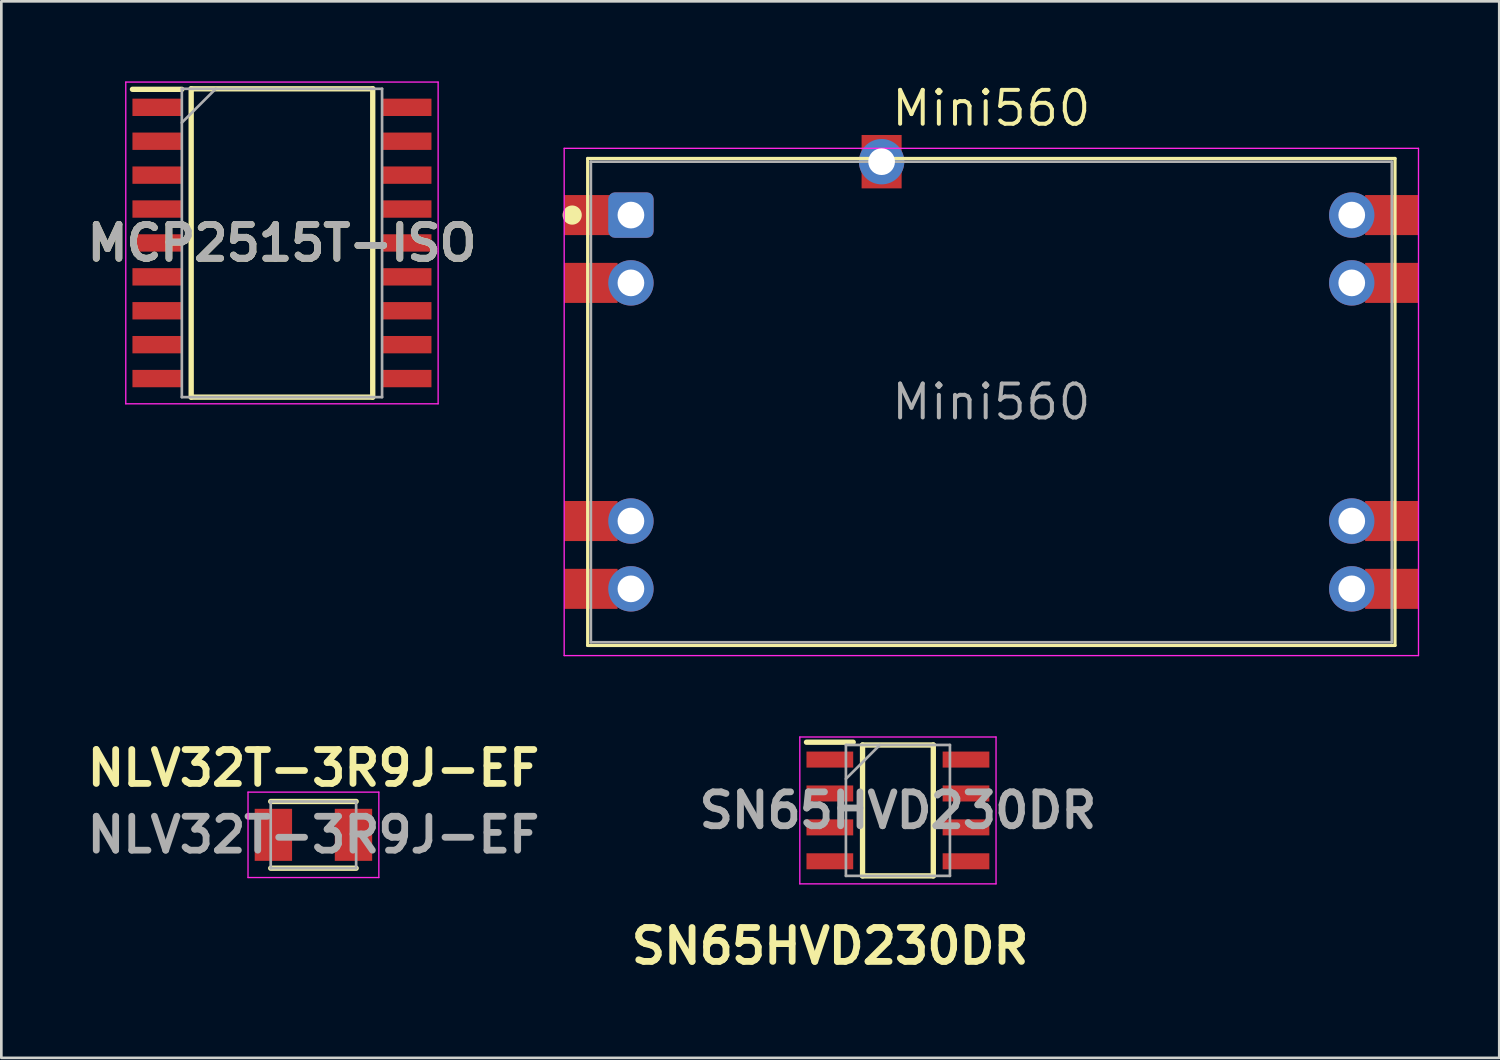
<source format=kicad_pcb>
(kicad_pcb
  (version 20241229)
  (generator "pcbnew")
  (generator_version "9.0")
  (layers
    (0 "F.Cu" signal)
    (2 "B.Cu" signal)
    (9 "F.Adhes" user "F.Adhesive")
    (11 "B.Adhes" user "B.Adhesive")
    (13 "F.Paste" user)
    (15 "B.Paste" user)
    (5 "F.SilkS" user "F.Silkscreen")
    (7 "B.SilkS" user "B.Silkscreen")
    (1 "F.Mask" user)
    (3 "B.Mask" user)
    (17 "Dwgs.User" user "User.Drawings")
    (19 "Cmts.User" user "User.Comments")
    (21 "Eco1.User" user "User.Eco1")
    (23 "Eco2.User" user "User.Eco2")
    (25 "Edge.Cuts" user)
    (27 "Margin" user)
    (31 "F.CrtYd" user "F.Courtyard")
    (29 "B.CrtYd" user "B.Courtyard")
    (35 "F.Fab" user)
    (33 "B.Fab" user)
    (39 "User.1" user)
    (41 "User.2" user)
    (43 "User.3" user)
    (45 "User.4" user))
  (footprint "Mini560"
    (layer "F.Cu")
    (at 34.082 12.006)
    (property "Reference" "Mini560" (at 0 -11 0) (layer "F.SilkS") (effects (font (size 1.27 1.27) (thickness 0.15))))
    (attr through_hole)
    (fp_line (start -15.12 -9.12) (end 15.12 -9.12) (stroke (width 0.12) (type solid)) (layer "F.SilkS"))
    (fp_line (start -15.12 9.12) (end -15.12 -9.12) (stroke (width 0.12) (type solid)) (layer "F.SilkS"))
    (fp_line (start 15.12 -9.12) (end 15.12 9.12) (stroke (width 0.12) (type solid)) (layer "F.SilkS"))
    (fp_line (start 15.12 9.12) (end -15.12 9.12) (stroke (width 0.12) (type solid)) (layer "F.SilkS"))
    (fp_circle (center -15.7 -7) (end -15.4 -7) (stroke (width 0.12) (type solid)) (fill yes) (layer "F.SilkS"))
    (fp_line (start -16 -9.5) (end 16 -9.5) (stroke (width 0.05) (type solid)) (layer "F.CrtYd"))
    (fp_line (start -16 9.5) (end -16 -9.5) (stroke (width 0.05) (type solid)) (layer "F.CrtYd"))
    (fp_line (start 16 -9.5) (end 16 9.5) (stroke (width 0.05) (type solid)) (layer "F.CrtYd"))
    (fp_line (start 16 9.5) (end -16 9.5) (stroke (width 0.05) (type solid)) (layer "F.CrtYd"))
    (fp_line (start -15 -9) (end 15 -9) (stroke (width 0.1) (type solid)) (layer "F.Fab"))
    (fp_line (start -15 9) (end -15 -9) (stroke (width 0.1) (type solid)) (layer "F.Fab"))
    (fp_line (start 15 -9) (end 15 9) (stroke (width 0.1) (type solid)) (layer "F.Fab"))
    (fp_line (start 15 9) (end -15 9) (stroke (width 0.1) (type solid)) (layer "F.Fab"))
    (fp_text user "${REFERENCE}" (at 0 0 0) (layer "F.Fab") (effects (font (size 1.27 1.27) (thickness 0.15))))
    (pad "1" smd rect (at -15 -7) (size 2 1.5) (layers "F.Cu" "F.Mask" "F.Paste"))
    (pad "1" thru_hole roundrect (at -13.5 -7) (size 1.7 1.7) (drill 1) (layers "*.Cu" "*.Mask") (roundrect_rratio 0.147))
    (pad "2" smd rect (at -15 -4.46) (size 2 1.5) (layers "F.Cu" "F.Mask" "F.Paste"))
    (pad "2" thru_hole oval (at -13.5 -4.46) (size 1.7 1.7) (drill 1) (layers "*.Cu" "*.Mask"))
    (pad "3" smd rect (at -15 4.46) (size 2 1.5) (layers "F.Cu" "F.Mask" "F.Paste"))
    (pad "3" thru_hole oval (at -13.5 4.46) (size 1.7 1.7) (drill 1) (layers "*.Cu" "*.Mask"))
    (pad "4" smd rect (at -15 7) (size 2 1.5) (layers "F.Cu" "F.Mask" "F.Paste"))
    (pad "4" thru_hole oval (at -13.5 7) (size 1.7 1.7) (drill 1) (layers "*.Cu" "*.Mask"))
    (pad "5" smd rect (at -4.11 -9) (size 1.5 2) (layers "F.Cu" "F.Mask" "F.Paste"))
    (pad "5" thru_hole oval (at -4.11 -9) (size 1.7 1.7) (drill 1) (layers "*.Cu" "*.Mask"))
    (pad "6" thru_hole oval (at 13.5 7) (size 1.7 1.7) (drill 1) (layers "*.Cu" "*.Mask"))
    (pad "6" smd rect (at 15 7) (size 2 1.5) (layers "F.Cu" "F.Mask" "F.Paste"))
    (pad "7" thru_hole oval (at 13.5 4.46) (size 1.7 1.7) (drill 1) (layers "*.Cu" "*.Mask"))
    (pad "7" smd rect (at 15 4.46) (size 2 1.5) (layers "F.Cu" "F.Mask" "F.Paste"))
    (pad "8" thru_hole oval (at 13.5 -4.46) (size 1.7 1.7) (drill 1) (layers "*.Cu" "*.Mask"))
    (pad "8" smd rect (at 15 -4.46) (size 2 1.5) (layers "F.Cu" "F.Mask" "F.Paste"))
    (pad "9" thru_hole oval (at 13.5 -7) (size 1.7 1.7) (drill 1) (layers "*.Cu" "*.Mask"))
    (pad "9" smd rect (at 15 -7) (size 2 1.5) (layers "F.Cu" "F.Mask" "F.Paste")))
  (footprint "SN65HVD230DR"
    (layer "F.Cu")
    (at 30.583 27.306)
    (property "Reference" "SN65HVD230DR" (at -2.54 5.08 0) (layer "F.SilkS") (effects (font (size 1.27 1.27) (thickness 0.254))))
    (attr smd)
    (fp_line (start -3.425 -2.555) (end -1.675 -2.555) (stroke (width 0.2) (type solid)) (layer "F.SilkS"))
    (fp_line (start -1.325 -2.452) (end 1.325 -2.452) (stroke (width 0.2) (type solid)) (layer "F.SilkS"))
    (fp_line (start -1.325 2.452) (end -1.325 -2.452) (stroke (width 0.2) (type solid)) (layer "F.SilkS"))
    (fp_line (start 1.325 -2.452) (end 1.325 2.452) (stroke (width 0.2) (type solid)) (layer "F.SilkS"))
    (fp_line (start 1.325 2.452) (end -1.325 2.452) (stroke (width 0.2) (type solid)) (layer "F.SilkS"))
    (fp_line (start -3.675 -2.75) (end 3.675 -2.75) (stroke (width 0.05) (type solid)) (layer "F.CrtYd"))
    (fp_line (start -3.675 2.75) (end -3.675 -2.75) (stroke (width 0.05) (type solid)) (layer "F.CrtYd"))
    (fp_line (start 3.675 -2.75) (end 3.675 2.75) (stroke (width 0.05) (type solid)) (layer "F.CrtYd"))
    (fp_line (start 3.675 2.75) (end -3.675 2.75) (stroke (width 0.05) (type solid)) (layer "F.CrtYd"))
    (fp_line (start -1.948 -2.452) (end 1.948 -2.452) (stroke (width 0.1) (type solid)) (layer "F.Fab"))
    (fp_line (start -1.948 -1.182) (end -0.678 -2.452) (stroke (width 0.1) (type solid)) (layer "F.Fab"))
    (fp_line (start -1.948 2.452) (end -1.948 -2.452) (stroke (width 0.1) (type solid)) (layer "F.Fab"))
    (fp_line (start 1.948 -2.452) (end 1.948 2.452) (stroke (width 0.1) (type solid)) (layer "F.Fab"))
    (fp_line (start 1.948 2.452) (end -1.948 2.452) (stroke (width 0.1) (type solid)) (layer "F.Fab"))
    (fp_text user "${REFERENCE}" (at 0 0 0) (layer "F.Fab") (effects (font (size 1.27 1.27) (thickness 0.254))))
    (pad "1" smd rect (at -2.55 -1.905 90) (size 0.6 1.75) (layers "F.Cu" "F.Mask" "F.Paste"))
    (pad "2" smd rect (at -2.55 -0.635 90) (size 0.6 1.75) (layers "F.Cu" "F.Mask" "F.Paste"))
    (pad "3" smd rect (at -2.55 0.635 90) (size 0.6 1.75) (layers "F.Cu" "F.Mask" "F.Paste"))
    (pad "4" smd rect (at -2.55 1.905 90) (size 0.6 1.75) (layers "F.Cu" "F.Mask" "F.Paste"))
    (pad "5" smd rect (at 2.55 1.905 90) (size 0.6 1.75) (layers "F.Cu" "F.Mask" "F.Paste"))
    (pad "6" smd rect (at 2.55 0.635 90) (size 0.6 1.75) (layers "F.Cu" "F.Mask" "F.Paste"))
    (pad "7" smd rect (at 2.55 -0.635 90) (size 0.6 1.75) (layers "F.Cu" "F.Mask" "F.Paste"))
    (pad "8" smd rect (at 2.55 -1.905 90) (size 0.6 1.75) (layers "F.Cu" "F.Mask" "F.Paste")))
  (footprint "MCP2515T-ISO"
    (layer "F.Cu")
    (at 7.511 6.05)
    (property "Reference" "MCP2515T-ISO" (at 0 0 0) (layer "F.SilkS") (effects (font (size 1.27 1.27) (thickness 0.254))))
    (attr smd)
    (fp_line (start -5.6 -5.755) (end -3.75 -5.755) (stroke (width 0.2) (type solid)) (layer "F.SilkS"))
    (fp_line (start -3.4 -5.775) (end 3.4 -5.775) (stroke (width 0.2) (type solid)) (layer "F.SilkS"))
    (fp_line (start -3.4 5.775) (end -3.4 -5.775) (stroke (width 0.2) (type solid)) (layer "F.SilkS"))
    (fp_line (start 3.4 -5.775) (end 3.4 5.775) (stroke (width 0.2) (type solid)) (layer "F.SilkS"))
    (fp_line (start 3.4 5.775) (end -3.4 5.775) (stroke (width 0.2) (type solid)) (layer "F.SilkS"))
    (fp_line (start -5.85 -6.025) (end 5.85 -6.025) (stroke (width 0.05) (type solid)) (layer "F.CrtYd"))
    (fp_line (start -5.85 6.025) (end -5.85 -6.025) (stroke (width 0.05) (type solid)) (layer "F.CrtYd"))
    (fp_line (start 5.85 -6.025) (end 5.85 6.025) (stroke (width 0.05) (type solid)) (layer "F.CrtYd"))
    (fp_line (start 5.85 6.025) (end -5.85 6.025) (stroke (width 0.05) (type solid)) (layer "F.CrtYd"))
    (fp_line (start -3.75 -5.775) (end 3.75 -5.775) (stroke (width 0.1) (type solid)) (layer "F.Fab"))
    (fp_line (start -3.75 -4.505) (end -2.48 -5.775) (stroke (width 0.1) (type solid)) (layer "F.Fab"))
    (fp_line (start -3.75 5.775) (end -3.75 -5.775) (stroke (width 0.1) (type solid)) (layer "F.Fab"))
    (fp_line (start 3.75 -5.775) (end 3.75 5.775) (stroke (width 0.1) (type solid)) (layer "F.Fab"))
    (fp_line (start 3.75 5.775) (end -3.75 5.775) (stroke (width 0.1) (type solid)) (layer "F.Fab"))
    (fp_text user "${REFERENCE}" (at 0 0 0) (layer "F.Fab") (effects (font (size 1.27 1.27) (thickness 0.254))))
    (pad "1" smd rect (at -4.675 -5.08 90) (size 0.65 1.85) (layers "F.Cu" "F.Mask" "F.Paste"))
    (pad "2" smd rect (at -4.675 -3.81 90) (size 0.65 1.85) (layers "F.Cu" "F.Mask" "F.Paste"))
    (pad "3" smd rect (at -4.675 -2.54 90) (size 0.65 1.85) (layers "F.Cu" "F.Mask" "F.Paste"))
    (pad "4" smd rect (at -4.675 -1.27 90) (size 0.65 1.85) (layers "F.Cu" "F.Mask" "F.Paste"))
    (pad "5" smd rect (at -4.675 0 90) (size 0.65 1.85) (layers "F.Cu" "F.Mask" "F.Paste"))
    (pad "6" smd rect (at -4.675 1.27 90) (size 0.65 1.85) (layers "F.Cu" "F.Mask" "F.Paste"))
    (pad "7" smd rect (at -4.675 2.54 90) (size 0.65 1.85) (layers "F.Cu" "F.Mask" "F.Paste"))
    (pad "8" smd rect (at -4.675 3.81 90) (size 0.65 1.85) (layers "F.Cu" "F.Mask" "F.Paste"))
    (pad "9" smd rect (at -4.675 5.08 90) (size 0.65 1.85) (layers "F.Cu" "F.Mask" "F.Paste"))
    (pad "10" smd rect (at 4.675 5.08 90) (size 0.65 1.85) (layers "F.Cu" "F.Mask" "F.Paste"))
    (pad "11" smd rect (at 4.675 3.81 90) (size 0.65 1.85) (layers "F.Cu" "F.Mask" "F.Paste"))
    (pad "12" smd rect (at 4.675 2.54 90) (size 0.65 1.85) (layers "F.Cu" "F.Mask" "F.Paste"))
    (pad "13" smd rect (at 4.675 1.27 90) (size 0.65 1.85) (layers "F.Cu" "F.Mask" "F.Paste"))
    (pad "14" smd rect (at 4.675 0 90) (size 0.65 1.85) (layers "F.Cu" "F.Mask" "F.Paste"))
    (pad "15" smd rect (at 4.675 -1.27 90) (size 0.65 1.85) (layers "F.Cu" "F.Mask" "F.Paste"))
    (pad "16" smd rect (at 4.675 -2.54 90) (size 0.65 1.85) (layers "F.Cu" "F.Mask" "F.Paste"))
    (pad "17" smd rect (at 4.675 -3.81 90) (size 0.65 1.85) (layers "F.Cu" "F.Mask" "F.Paste"))
    (pad "18" smd rect (at 4.675 -5.08 90) (size 0.65 1.85) (layers "F.Cu" "F.Mask" "F.Paste")))
  (footprint "NLV32T-3R9J-EF"
    (layer "F.Cu")
    (at 8.69 28.22)
    (property "Reference" "NLV32T-3R9J-EF" (at 0 -2.5 0) (layer "F.SilkS") (effects (font (size 1.27 1.27) (thickness 0.254))))
    (attr smd)
    (fp_line (start -1.6 1.25) (end 1.6 1.25) (stroke (width 0.2) (type solid)) (layer "F.SilkS"))
    (fp_line (start 1.6 -1.25) (end -1.6 -1.25) (stroke (width 0.2) (type solid)) (layer "F.SilkS"))
    (fp_line (start -2.45 -1.6) (end 2.45 -1.6) (stroke (width 0.05) (type solid)) (layer "F.CrtYd"))
    (fp_line (start -2.45 1.6) (end -2.45 -1.6) (stroke (width 0.05) (type solid)) (layer "F.CrtYd"))
    (fp_line (start 2.45 -1.6) (end 2.45 1.6) (stroke (width 0.05) (type solid)) (layer "F.CrtYd"))
    (fp_line (start 2.45 1.6) (end -2.45 1.6) (stroke (width 0.05) (type solid)) (layer "F.CrtYd"))
    (fp_line (start -1.6 -1.25) (end 1.6 -1.25) (stroke (width 0.1) (type solid)) (layer "F.Fab"))
    (fp_line (start -1.6 1.25) (end -1.6 -1.25) (stroke (width 0.1) (type solid)) (layer "F.Fab"))
    (fp_line (start 1.6 -1.25) (end 1.6 1.25) (stroke (width 0.1) (type solid)) (layer "F.Fab"))
    (fp_line (start 1.6 1.25) (end -1.6 1.25) (stroke (width 0.1) (type solid)) (layer "F.Fab"))
    (fp_text user "${REFERENCE}" (at 0 0 0) (layer "F.Fab") (effects (font (size 1.27 1.27) (thickness 0.254))))
    (pad "1" smd rect (at -1.5 0) (size 1.4 1.95) (layers "F.Cu" "F.Mask" "F.Paste"))
    (pad "2" smd rect (at 1.5 0) (size 1.4 1.95) (layers "F.Cu" "F.Mask" "F.Paste")))
  (gr_rect
    (start -3 -3)
    (end 53.107 36.575)
    (stroke (width 0.1) (type default))
    (fill no)
    (layer "Edge.Cuts")))
</source>
